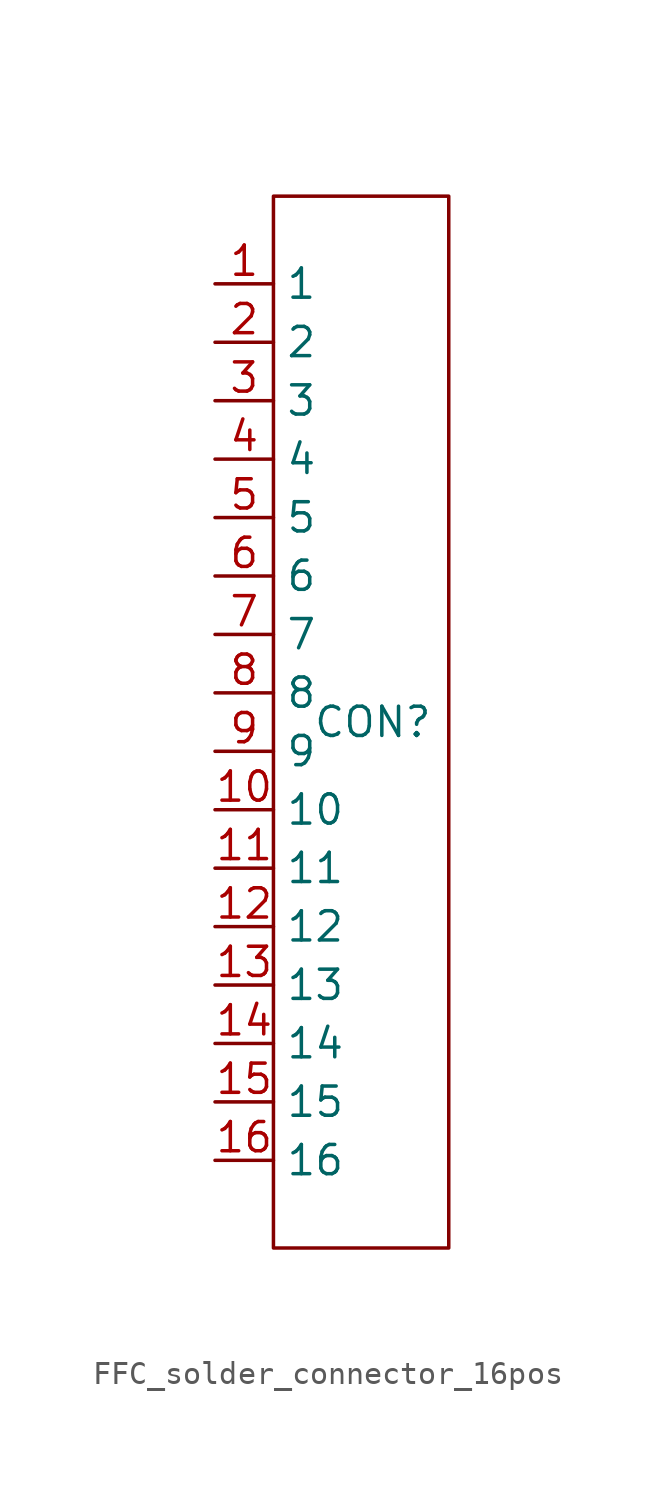
<source format=kicad_sym>
(kicad_symbol_lib
  (version 20231120)
  (generator "kicad_symbol_editor")
  (generator_version "8.0")
  (symbol "FFC_solder_connector_16pos"
    (property "Reference" "CON"
      (at 4.318 0 0)
      (effects (font (size 1.27 1.27))))
    (property "Value" ""
      (at 0 5.08 0)
      (effects (font (size 1.27 1.27))))
    (symbol "FFC_solder_connector_16pos_0_1"
      (rectangle (start 0 22.86) (end 7.62 -22.86) (stroke (width 0) (type default)) (fill (type none))))
    (symbol "FFC_solder_connector_16pos_1_1"
      (pin bidirectional line (at -2.54 19.05 0) (length 2.54) (name "1" (effects (font (size 1.27 1.27)))) (number "1" (effects (font (size 1.27 1.27)))))
      (pin bidirectional line (at -2.54 -3.81 0) (length 2.54) (name "10" (effects (font (size 1.27 1.27)))) (number "10" (effects (font (size 1.27 1.27)))))
      (pin bidirectional line (at -2.54 -6.35 0) (length 2.54) (name "11" (effects (font (size 1.27 1.27)))) (number "11" (effects (font (size 1.27 1.27)))))
      (pin bidirectional line (at -2.54 -8.89 0) (length 2.54) (name "12" (effects (font (size 1.27 1.27)))) (number "12" (effects (font (size 1.27 1.27)))))
      (pin bidirectional line (at -2.54 -11.43 0) (length 2.54) (name "13" (effects (font (size 1.27 1.27)))) (number "13" (effects (font (size 1.27 1.27)))))
      (pin bidirectional line (at -2.54 -13.97 0) (length 2.54) (name "14" (effects (font (size 1.27 1.27)))) (number "14" (effects (font (size 1.27 1.27)))))
      (pin bidirectional line (at -2.54 -16.51 0) (length 2.54) (name "15" (effects (font (size 1.27 1.27)))) (number "15" (effects (font (size 1.27 1.27)))))
      (pin bidirectional line (at -2.54 -19.05 0) (length 2.54) (name "16" (effects (font (size 1.27 1.27)))) (number "16" (effects (font (size 1.27 1.27)))))
      (pin bidirectional line (at -2.54 16.51 0) (length 2.54) (name "2" (effects (font (size 1.27 1.27)))) (number "2" (effects (font (size 1.27 1.27)))))
      (pin bidirectional line (at -2.54 13.97 0) (length 2.54) (name "3" (effects (font (size 1.27 1.27)))) (number "3" (effects (font (size 1.27 1.27)))))
      (pin bidirectional line (at -2.54 11.43 0) (length 2.54) (name "4" (effects (font (size 1.27 1.27)))) (number "4" (effects (font (size 1.27 1.27)))))
      (pin bidirectional line (at -2.54 8.89 0) (length 2.54) (name "5" (effects (font (size 1.27 1.27)))) (number "5" (effects (font (size 1.27 1.27)))))
      (pin bidirectional line (at -2.54 6.35 0) (length 2.54) (name "6" (effects (font (size 1.27 1.27)))) (number "6" (effects (font (size 1.27 1.27)))))
      (pin bidirectional line (at -2.54 3.81 0) (length 2.54) (name "7" (effects (font (size 1.27 1.27)))) (number "7" (effects (font (size 1.27 1.27)))))
      (pin bidirectional line (at -2.54 1.27 0) (length 2.54) (name "8" (effects (font (size 1.27 1.27)))) (number "8" (effects (font (size 1.27 1.27)))))
      (pin bidirectional line (at -2.54 -1.27 0) (length 2.54) (name "9" (effects (font (size 1.27 1.27)))) (number "9" (effects (font (size 1.27 1.27))))))))
</source>
